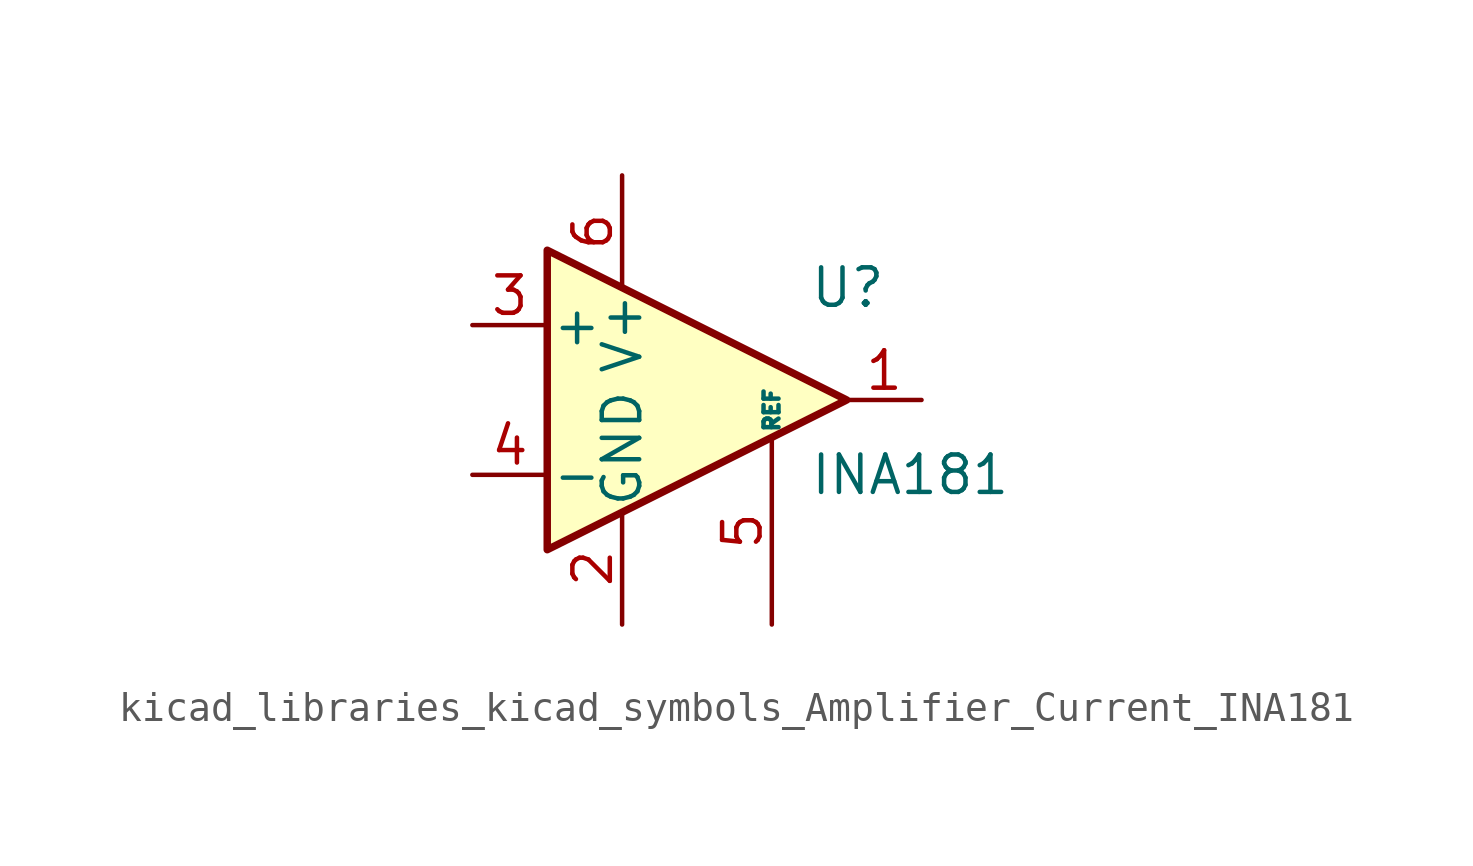
<source format=kicad_sym>
(kicad_symbol_lib
  (version 20220914)
  (generator kicad_symbol_editor)
  (symbol "kicad_libraries_kicad_symbols_Amplifier_Current_INA181"
    (pin_names
      (offset 0.127))
    (property "Reference" "U"
      (at 3.81 3.81 0)
      (effects (font (size 1.27 1.27)) (justify left)))
    (property "Value" "INA181"
      (at 3.81 -2.54 0)
      (effects (font (size 1.27 1.27)) (justify left)))
    (symbol "kicad_libraries_kicad_symbols_Amplifier_Current_INA181_0_1"
      (polyline (pts (xy 5.08 0) (xy -5.08 5.08) (xy -5.08 -5.08) (xy 5.08 0)) (stroke (width 0.254) (type default)) (fill (type background))))
    (symbol "kicad_libraries_kicad_symbols_Amplifier_Current_INA181_1_1"
      (pin output line (at 7.62 0 180) (length 2.54) (name "~" (effects (font (size 1.27 1.27)))) (number "1" (effects (font (size 1.27 1.27)))))
      (pin power_in line (at -2.54 -7.62 90) (length 3.81) (name "GND" (effects (font (size 1.27 1.27)))) (number "2" (effects (font (size 1.27 1.27)))))
      (pin input line (at -7.62 2.54 0) (length 2.54) (name "+" (effects (font (size 1.27 1.27)))) (number "3" (effects (font (size 1.27 1.27)))))
      (pin input line (at -7.62 -2.54 0) (length 2.54) (name "-" (effects (font (size 1.27 1.27)))) (number "4" (effects (font (size 1.27 1.27)))))
      (pin input line (at 2.54 -7.62 90) (length 6.35) (name "REF" (effects (font (size 0.508 0.508)))) (number "5" (effects (font (size 1.27 1.27)))))
      (pin power_in line (at -2.54 7.62 270) (length 3.81) (name "V+" (effects (font (size 1.27 1.27)))) (number "6" (effects (font (size 1.27 1.27))))))))
</source>
